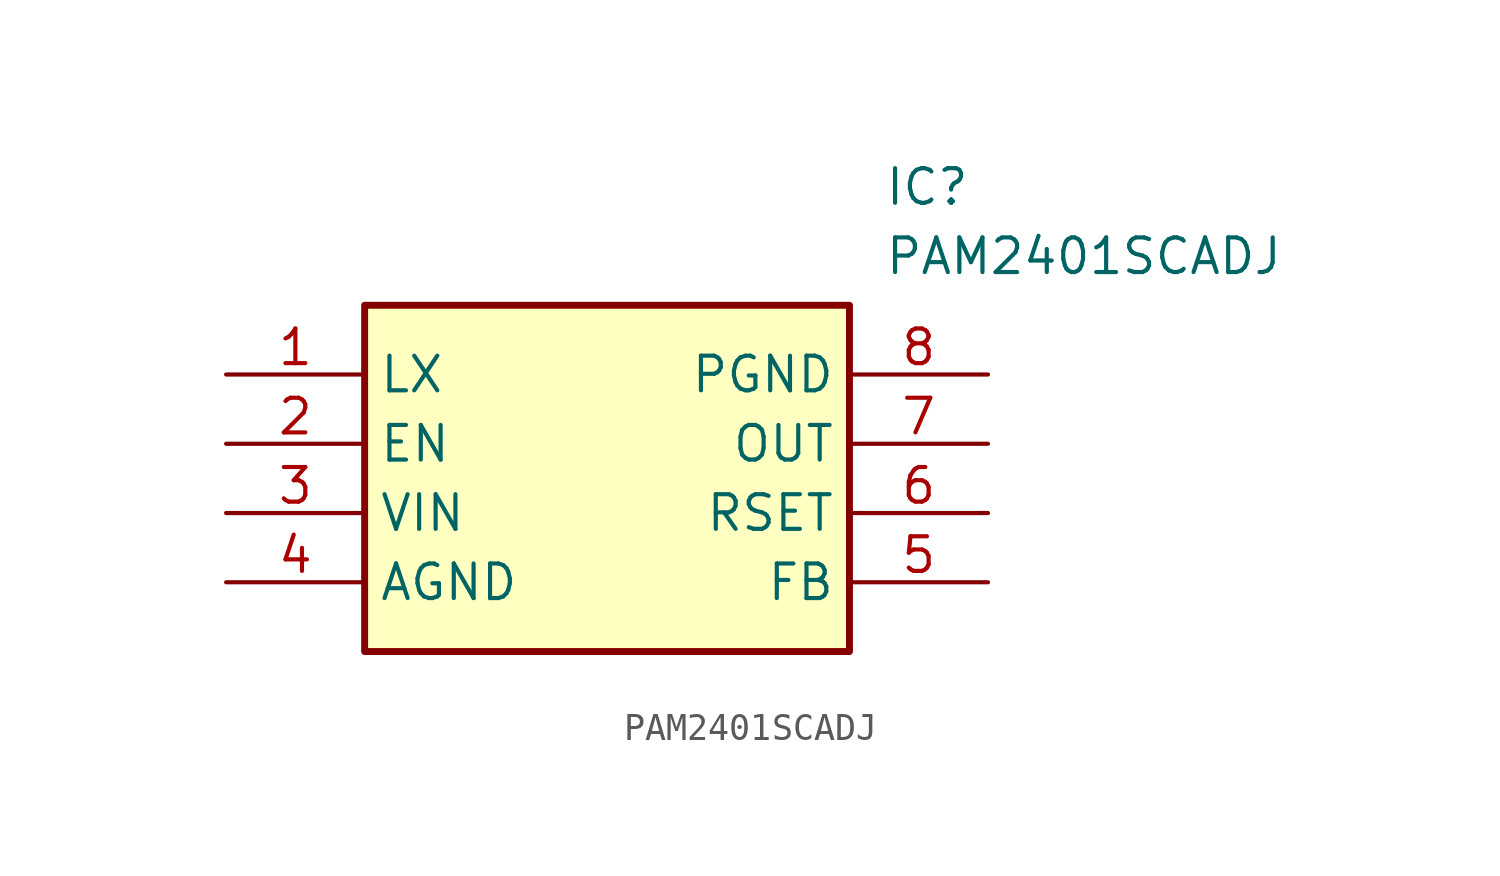
<source format=kicad_sym>
(kicad_symbol_lib
  (version 20211014)
  (generator SamacSys_ECAD_Model)
  (symbol "PAM2401SCADJ"
    (property "Reference" "IC"
      (at 24.13 7.62 0)
      (effects (font (size 1.27 1.27)) (justify left top)))
    (property "Value" "PAM2401SCADJ"
      (at 24.13 5.08 0)
      (effects (font (size 1.27 1.27)) (justify left top)))
    (rectangle
      (start 5.08 2.54)
      (end 22.86 -10.16)
      (stroke (width 0.254) (type default))
      (fill (type background)))
    (pin passive line
      (at 0 0 0)
      (length 5.08)
      (name "LX" (effects (font (size 1.27 1.27))))
      (number "1" (effects (font (size 1.27 1.27)))))
    (pin passive line
      (at 0 -2.54 0)
      (length 5.08)
      (name "EN" (effects (font (size 1.27 1.27))))
      (number "2" (effects (font (size 1.27 1.27)))))
    (pin passive line
      (at 0 -5.08 0)
      (length 5.08)
      (name "VIN" (effects (font (size 1.27 1.27))))
      (number "3" (effects (font (size 1.27 1.27)))))
    (pin passive line
      (at 0 -7.62 0)
      (length 5.08)
      (name "AGND" (effects (font (size 1.27 1.27))))
      (number "4" (effects (font (size 1.27 1.27)))))
    (pin passive line
      (at 27.94 0 180)
      (length 5.08)
      (name "PGND" (effects (font (size 1.27 1.27))))
      (number "8" (effects (font (size 1.27 1.27)))))
    (pin passive line
      (at 27.94 -2.54 180)
      (length 5.08)
      (name "OUT" (effects (font (size 1.27 1.27))))
      (number "7" (effects (font (size 1.27 1.27)))))
    (pin passive line
      (at 27.94 -5.08 180)
      (length 5.08)
      (name "RSET" (effects (font (size 1.27 1.27))))
      (number "6" (effects (font (size 1.27 1.27)))))
    (pin passive line
      (at 27.94 -7.62 180)
      (length 5.08)
      (name "FB" (effects (font (size 1.27 1.27))))
      (number "5" (effects (font (size 1.27 1.27)))))))
</source>
